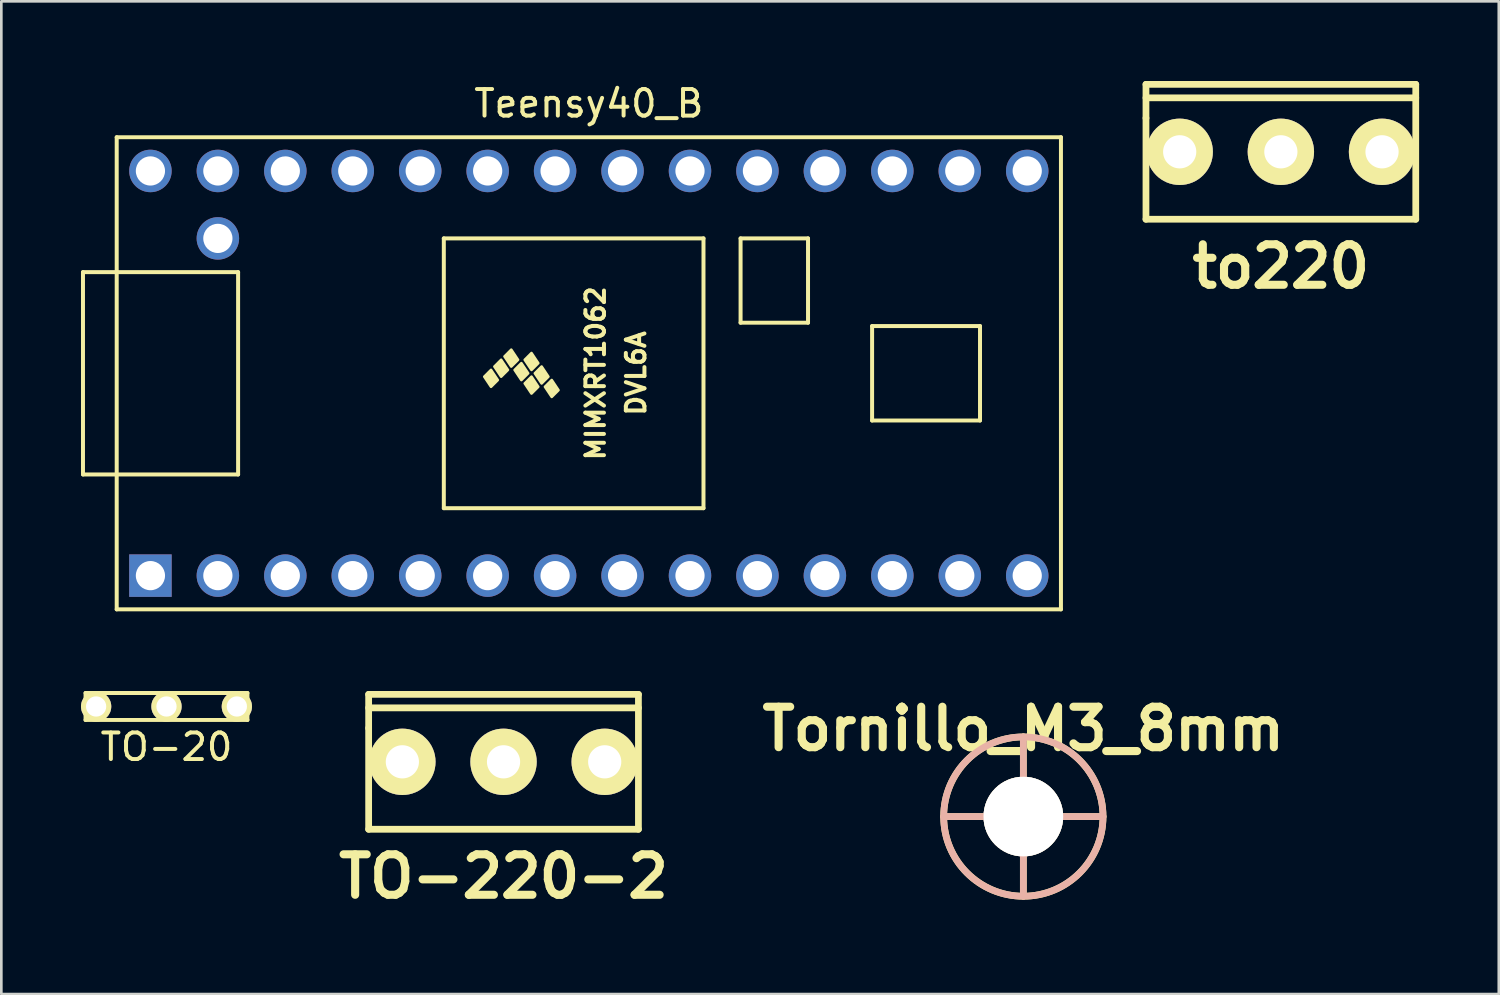
<source format=kicad_pcb>
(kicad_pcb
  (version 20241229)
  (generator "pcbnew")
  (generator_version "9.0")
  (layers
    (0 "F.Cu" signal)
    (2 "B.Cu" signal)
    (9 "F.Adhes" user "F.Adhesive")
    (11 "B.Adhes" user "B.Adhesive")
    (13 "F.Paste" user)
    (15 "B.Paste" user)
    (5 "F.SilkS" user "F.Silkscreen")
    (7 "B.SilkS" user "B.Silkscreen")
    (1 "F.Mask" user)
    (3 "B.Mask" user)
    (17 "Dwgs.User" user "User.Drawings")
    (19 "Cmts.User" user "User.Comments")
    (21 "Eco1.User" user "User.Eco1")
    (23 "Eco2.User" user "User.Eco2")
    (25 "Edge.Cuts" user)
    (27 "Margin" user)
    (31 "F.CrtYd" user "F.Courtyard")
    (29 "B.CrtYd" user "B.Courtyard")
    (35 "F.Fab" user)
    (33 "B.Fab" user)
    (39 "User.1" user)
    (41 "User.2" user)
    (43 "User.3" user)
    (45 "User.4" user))
  (footprint "to220"
    (layer "F.Cu")
    (at 45.187 2.667)
    (property "Reference" "to220" (at 0 4.318 0) (layer "F.SilkS") (effects (font (size 1.524 1.524) (thickness 0.305))))
    (attr through_hole)
    (fp_line (start -5.08 -2.54) (end -5.08 -1.27) (stroke (width 0.254) (type solid)) (layer "F.SilkS"))
    (fp_line (start -5.08 -2.032) (end 5.08 -2.032) (stroke (width 0.254) (type solid)) (layer "F.SilkS"))
    (fp_line (start -5.08 -1.27) (end -5.08 2.54) (stroke (width 0.254) (type solid)) (layer "F.SilkS"))
    (fp_line (start -5.08 2.54) (end 5.08 2.54) (stroke (width 0.254) (type solid)) (layer "F.SilkS"))
    (fp_line (start 5.08 -2.54) (end -5.08 -2.54) (stroke (width 0.254) (type solid)) (layer "F.SilkS"))
    (fp_line (start 5.08 2.54) (end 5.08 -2.54) (stroke (width 0.254) (type solid)) (layer "F.SilkS"))
    (pad "1" thru_hole circle (at -3.81 0) (size 2.499 2.499) (drill 1.25) (layers "*.Cu" "*.Mask" "F.SilkS"))
    (pad "2" thru_hole circle (at 0 0) (size 2.499 2.499) (drill 1.25) (layers "*.Cu" "*.Mask" "F.SilkS"))
    (pad "3" thru_hole circle (at 3.81 0) (size 2.499 2.499) (drill 1.25) (layers "*.Cu" "*.Mask" "F.SilkS")))
  (footprint "TO-220-2"
    (layer "F.Cu")
    (at 15.913 25.64)
    (property "Reference" "TO-220-2" (at 0 4.318 0) (layer "F.SilkS") (effects (font (size 1.524 1.524) (thickness 0.305))))
    (attr through_hole)
    (fp_line (start -5.08 -2.54) (end -5.08 -1.27) (stroke (width 0.254) (type solid)) (layer "F.SilkS"))
    (fp_line (start -5.08 -2.032) (end 5.08 -2.032) (stroke (width 0.254) (type solid)) (layer "F.SilkS"))
    (fp_line (start -5.08 -1.27) (end -5.08 2.54) (stroke (width 0.254) (type solid)) (layer "F.SilkS"))
    (fp_line (start -5.08 2.54) (end 5.08 2.54) (stroke (width 0.254) (type solid)) (layer "F.SilkS"))
    (fp_line (start 5.08 -2.54) (end -5.08 -2.54) (stroke (width 0.254) (type solid)) (layer "F.SilkS"))
    (fp_line (start 5.08 2.54) (end 5.08 -2.54) (stroke (width 0.254) (type solid)) (layer "F.SilkS"))
    (pad "1" thru_hole circle (at -3.81 0) (size 2.499 2.499) (drill 1.25) (layers "*.Cu" "*.Mask" "F.SilkS"))
    (pad "2" thru_hole circle (at 0 0) (size 2.499 2.499) (drill 1.25) (layers "*.Cu" "*.Mask" "F.SilkS"))
    (pad "3" thru_hole circle (at 3.81 0) (size 2.499 2.499) (drill 1.25) (layers "*.Cu" "*.Mask" "F.SilkS")))
  (footprint "Tornillo_M3_8mm"
    (layer "F.Cu")
    (at 35.489 27.702)
    (property "Reference" "Tornillo_M3_8mm" (at 0 -3.302 0) (layer "F.SilkS") (effects (font (size 1.524 1.524) (thickness 0.305))))
    (attr through_hole)
    (fp_line (start -3 0) (end 3 0) (stroke (width 0.254) (type solid)) (layer "F.SilkS"))
    (fp_line (start 0 -3) (end 0 3) (stroke (width 0.254) (type solid)) (layer "F.SilkS"))
    (fp_circle (center 0 0) (end 3 0) (stroke (width 0.254) (type solid)) (fill no) (layer "F.SilkS"))
    (fp_line (start -3 0) (end 3 0) (stroke (width 0.254) (type solid)) (layer "B.SilkS"))
    (fp_line (start 0 -3) (end 0 3) (stroke (width 0.254) (type solid)) (layer "B.SilkS"))
    (fp_circle (center 0 0) (end 3 0) (stroke (width 0.254) (type solid)) (fill no) (layer "B.SilkS"))
    (pad "1" thru_hole circle (at 0 0) (size 3 3) (drill 3) (layers "*.Cu" "F.SilkS")))
  (footprint "Teensy40_B"
    (layer "F.Cu")
    (at 19.125 11.008)
    (property "Reference" "Teensy40_B" (at 0 -10.16 0) (layer "F.SilkS") (effects (font (size 1 1) (thickness 0.15))))
    (attr through_hole)
    (fp_line (start -19.05 -3.81) (end -17.78 -3.81) (stroke (width 0.15) (type solid)) (layer "F.SilkS"))
    (fp_line (start -19.05 3.81) (end -19.05 -3.81) (stroke (width 0.15) (type solid)) (layer "F.SilkS"))
    (fp_line (start -17.78 -8.89) (end 17.78 -8.89) (stroke (width 0.15) (type solid)) (layer "F.SilkS"))
    (fp_line (start -17.78 3.81) (end -19.05 3.81) (stroke (width 0.15) (type solid)) (layer "F.SilkS"))
    (fp_line (start -17.78 8.89) (end -17.78 -8.89) (stroke (width 0.15) (type solid)) (layer "F.SilkS"))
    (fp_line (start -13.208 -3.81) (end -17.78 -3.81) (stroke (width 0.15) (type solid)) (layer "F.SilkS"))
    (fp_line (start -13.208 3.81) (end -17.78 3.81) (stroke (width 0.15) (type solid)) (layer "F.SilkS"))
    (fp_line (start -13.208 3.81) (end -13.208 -3.81) (stroke (width 0.15) (type solid)) (layer "F.SilkS"))
    (fp_line (start -5.461 -5.08) (end -5.461 5.08) (stroke (width 0.15) (type solid)) (layer "F.SilkS"))
    (fp_line (start 4.318 -5.08) (end -5.461 -5.08) (stroke (width 0.15) (type solid)) (layer "F.SilkS"))
    (fp_line (start 4.318 5.08) (end -5.461 5.08) (stroke (width 0.15) (type solid)) (layer "F.SilkS"))
    (fp_line (start 4.318 5.08) (end 4.318 -5.08) (stroke (width 0.15) (type solid)) (layer "F.SilkS"))
    (fp_line (start 5.715 -5.08) (end 8.255 -5.08) (stroke (width 0.15) (type solid)) (layer "F.SilkS"))
    (fp_line (start 5.715 -1.905) (end 5.715 -5.08) (stroke (width 0.15) (type solid)) (layer "F.SilkS"))
    (fp_line (start 8.255 -5.08) (end 8.255 -1.905) (stroke (width 0.15) (type solid)) (layer "F.SilkS"))
    (fp_line (start 8.255 -1.905) (end 5.715 -1.905) (stroke (width 0.15) (type solid)) (layer "F.SilkS"))
    (fp_line (start 10.668 -1.778) (end 14.732 -1.778) (stroke (width 0.15) (type solid)) (layer "F.SilkS"))
    (fp_line (start 10.668 1.778) (end 10.668 -1.778) (stroke (width 0.15) (type solid)) (layer "F.SilkS"))
    (fp_line (start 14.732 -1.778) (end 14.732 1.778) (stroke (width 0.15) (type solid)) (layer "F.SilkS"))
    (fp_line (start 14.732 1.778) (end 10.668 1.778) (stroke (width 0.15) (type solid)) (layer "F.SilkS"))
    (fp_line (start 17.78 -8.89) (end 17.78 8.89) (stroke (width 0.15) (type solid)) (layer "F.SilkS"))
    (fp_line (start 17.78 8.89) (end -17.78 8.89) (stroke (width 0.15) (type solid)) (layer "F.SilkS"))
    (fp_poly (pts (xy -3.937 0.127) (xy -3.683 -0.127) (xy -3.429 0.254) (xy -3.683 0.508)) (stroke (width 0.1) (type solid)) (fill yes) (layer "F.SilkS"))
    (fp_poly (pts (xy -3.556 -0.254) (xy -3.302 -0.508) (xy -3.048 -0.127) (xy -3.302 0.127)) (stroke (width 0.1) (type solid)) (fill yes) (layer "F.SilkS"))
    (fp_poly (pts (xy -3.175 -0.635) (xy -2.921 -0.889) (xy -2.667 -0.508) (xy -2.921 -0.254)) (stroke (width 0.1) (type solid)) (fill yes) (layer "F.SilkS"))
    (fp_poly (pts (xy -2.794 -0.127) (xy -2.54 -0.381) (xy -2.286 0) (xy -2.54 0.254)) (stroke (width 0.1) (type solid)) (fill yes) (layer "F.SilkS"))
    (fp_poly (pts (xy -2.413 -0.508) (xy -2.159 -0.762) (xy -1.905 -0.381) (xy -2.159 -0.127)) (stroke (width 0.1) (type solid)) (fill yes) (layer "F.SilkS"))
    (fp_poly (pts (xy -2.413 0.381) (xy -2.159 0.127) (xy -1.905 0.508) (xy -2.159 0.762)) (stroke (width 0.1) (type solid)) (fill yes) (layer "F.SilkS"))
    (fp_poly (pts (xy -2.032 0) (xy -1.778 -0.254) (xy -1.524 0.127) (xy -1.778 0.381)) (stroke (width 0.1) (type solid)) (fill yes) (layer "F.SilkS"))
    (fp_poly (pts (xy -1.651 0.508) (xy -1.397 0.254) (xy -1.143 0.635) (xy -1.397 0.889)) (stroke (width 0.1) (type solid)) (fill yes) (layer "F.SilkS"))
    (fp_text user "MIMXRT1062" (at 0.254 0 90) (layer "F.SilkS") (effects (font (size 0.7 0.7) (thickness 0.15))))
    (fp_text user "DVL6A" (at 1.778 0 90) (layer "F.SilkS") (effects (font (size 0.7 0.7) (thickness 0.15))))
    (pad "1" thru_hole rect (at -16.51 7.62) (size 1.6 1.6) (drill 1.1) (layers "*.Cu" "*.Mask"))
    (pad "2" thru_hole circle (at -13.97 7.62) (size 1.6 1.6) (drill 1.1) (layers "*.Cu" "*.Mask"))
    (pad "3" thru_hole circle (at -11.43 7.62) (size 1.6 1.6) (drill 1.1) (layers "*.Cu" "*.Mask"))
    (pad "4" thru_hole circle (at -8.89 7.62) (size 1.6 1.6) (drill 1.1) (layers "*.Cu" "*.Mask"))
    (pad "5" thru_hole circle (at -6.35 7.62) (size 1.6 1.6) (drill 1.1) (layers "*.Cu" "*.Mask"))
    (pad "6" thru_hole circle (at -3.81 7.62) (size 1.6 1.6) (drill 1.1) (layers "*.Cu" "*.Mask"))
    (pad "7" thru_hole circle (at -1.27 7.62) (size 1.6 1.6) (drill 1.1) (layers "*.Cu" "*.Mask"))
    (pad "8" thru_hole circle (at 1.27 7.62) (size 1.6 1.6) (drill 1.1) (layers "*.Cu" "*.Mask"))
    (pad "9" thru_hole circle (at 3.81 7.62) (size 1.6 1.6) (drill 1.1) (layers "*.Cu" "*.Mask"))
    (pad "10" thru_hole circle (at 6.35 7.62) (size 1.6 1.6) (drill 1.1) (layers "*.Cu" "*.Mask"))
    (pad "11" thru_hole circle (at 8.89 7.62) (size 1.6 1.6) (drill 1.1) (layers "*.Cu" "*.Mask"))
    (pad "12" thru_hole circle (at 11.43 7.62) (size 1.6 1.6) (drill 1.1) (layers "*.Cu" "*.Mask"))
    (pad "13" thru_hole circle (at 13.97 7.62) (size 1.6 1.6) (drill 1.1) (layers "*.Cu" "*.Mask"))
    (pad "14" thru_hole circle (at 16.51 7.62) (size 1.6 1.6) (drill 1.1) (layers "*.Cu" "*.Mask"))
    (pad "20" thru_hole circle (at 16.51 -7.62) (size 1.6 1.6) (drill 1.1) (layers "*.Cu" "*.Mask"))
    (pad "21" thru_hole circle (at 13.97 -7.62) (size 1.6 1.6) (drill 1.1) (layers "*.Cu" "*.Mask"))
    (pad "22" thru_hole circle (at 11.43 -7.62) (size 1.6 1.6) (drill 1.1) (layers "*.Cu" "*.Mask"))
    (pad "23" thru_hole circle (at 8.89 -7.62) (size 1.6 1.6) (drill 1.1) (layers "*.Cu" "*.Mask"))
    (pad "24" thru_hole circle (at 6.35 -7.62) (size 1.6 1.6) (drill 1.1) (layers "*.Cu" "*.Mask"))
    (pad "25" thru_hole circle (at 3.81 -7.62) (size 1.6 1.6) (drill 1.1) (layers "*.Cu" "*.Mask"))
    (pad "26" thru_hole circle (at 1.27 -7.62) (size 1.6 1.6) (drill 1.1) (layers "*.Cu" "*.Mask"))
    (pad "27" thru_hole circle (at -1.27 -7.62) (size 1.6 1.6) (drill 1.1) (layers "*.Cu" "*.Mask"))
    (pad "28" thru_hole circle (at -3.81 -7.62) (size 1.6 1.6) (drill 1.1) (layers "*.Cu" "*.Mask"))
    (pad "29" thru_hole circle (at -6.35 -7.62) (size 1.6 1.6) (drill 1.1) (layers "*.Cu" "*.Mask"))
    (pad "30" thru_hole circle (at -8.89 -7.62) (size 1.6 1.6) (drill 1.1) (layers "*.Cu" "*.Mask"))
    (pad "31" thru_hole circle (at -11.43 -7.62) (size 1.6 1.6) (drill 1.1) (layers "*.Cu" "*.Mask"))
    (pad "32" thru_hole circle (at -13.97 -7.62) (size 1.6 1.6) (drill 1.1) (layers "*.Cu" "*.Mask"))
    (pad "33" thru_hole circle (at -16.51 -7.62) (size 1.6 1.6) (drill 1.1) (layers "*.Cu" "*.Mask"))
    (pad "34" thru_hole circle (at -13.97 -5.08) (size 1.6 1.6) (drill 1.1) (layers "*.Cu" "*.Mask")))
  (footprint "TO-20"
    (layer "F.Cu")
    (at 3.22 23.556)
    (property "Reference" "TO-20" (at 0 1.524 0) (layer "F.SilkS") (effects (font (size 1 1) (thickness 0.15))))
    (attr through_hole)
    (fp_line (start -3.048 -0.508) (end 3.048 -0.508) (stroke (width 0.15) (type solid)) (layer "F.SilkS"))
    (fp_line (start -3.048 0.508) (end -3.048 -0.508) (stroke (width 0.15) (type solid)) (layer "F.SilkS"))
    (fp_line (start 3.048 -0.508) (end 3.048 0.508) (stroke (width 0.15) (type solid)) (layer "F.SilkS"))
    (fp_line (start 3.048 0.508) (end -3.048 0.508) (stroke (width 0.15) (type solid)) (layer "F.SilkS"))
    (pad "1" thru_hole circle (at -2.65 0) (size 1.14 1.14) (drill 0.762) (layers "*.Cu" "*.Mask" "F.SilkS"))
    (pad "2" thru_hole circle (at 0 0) (size 1.14 1.14) (drill 0.762) (layers "*.Cu" "*.Mask" "F.SilkS"))
    (pad "3" thru_hole circle (at 2.65 0) (size 1.14 1.14) (drill 0.762) (layers "*.Cu" "*.Mask" "F.SilkS")))
  (gr_rect
    (start -3 -3)
    (end 53.394 34.385)
    (stroke (width 0.1) (type default))
    (fill no)
    (layer "Edge.Cuts")))
</source>
